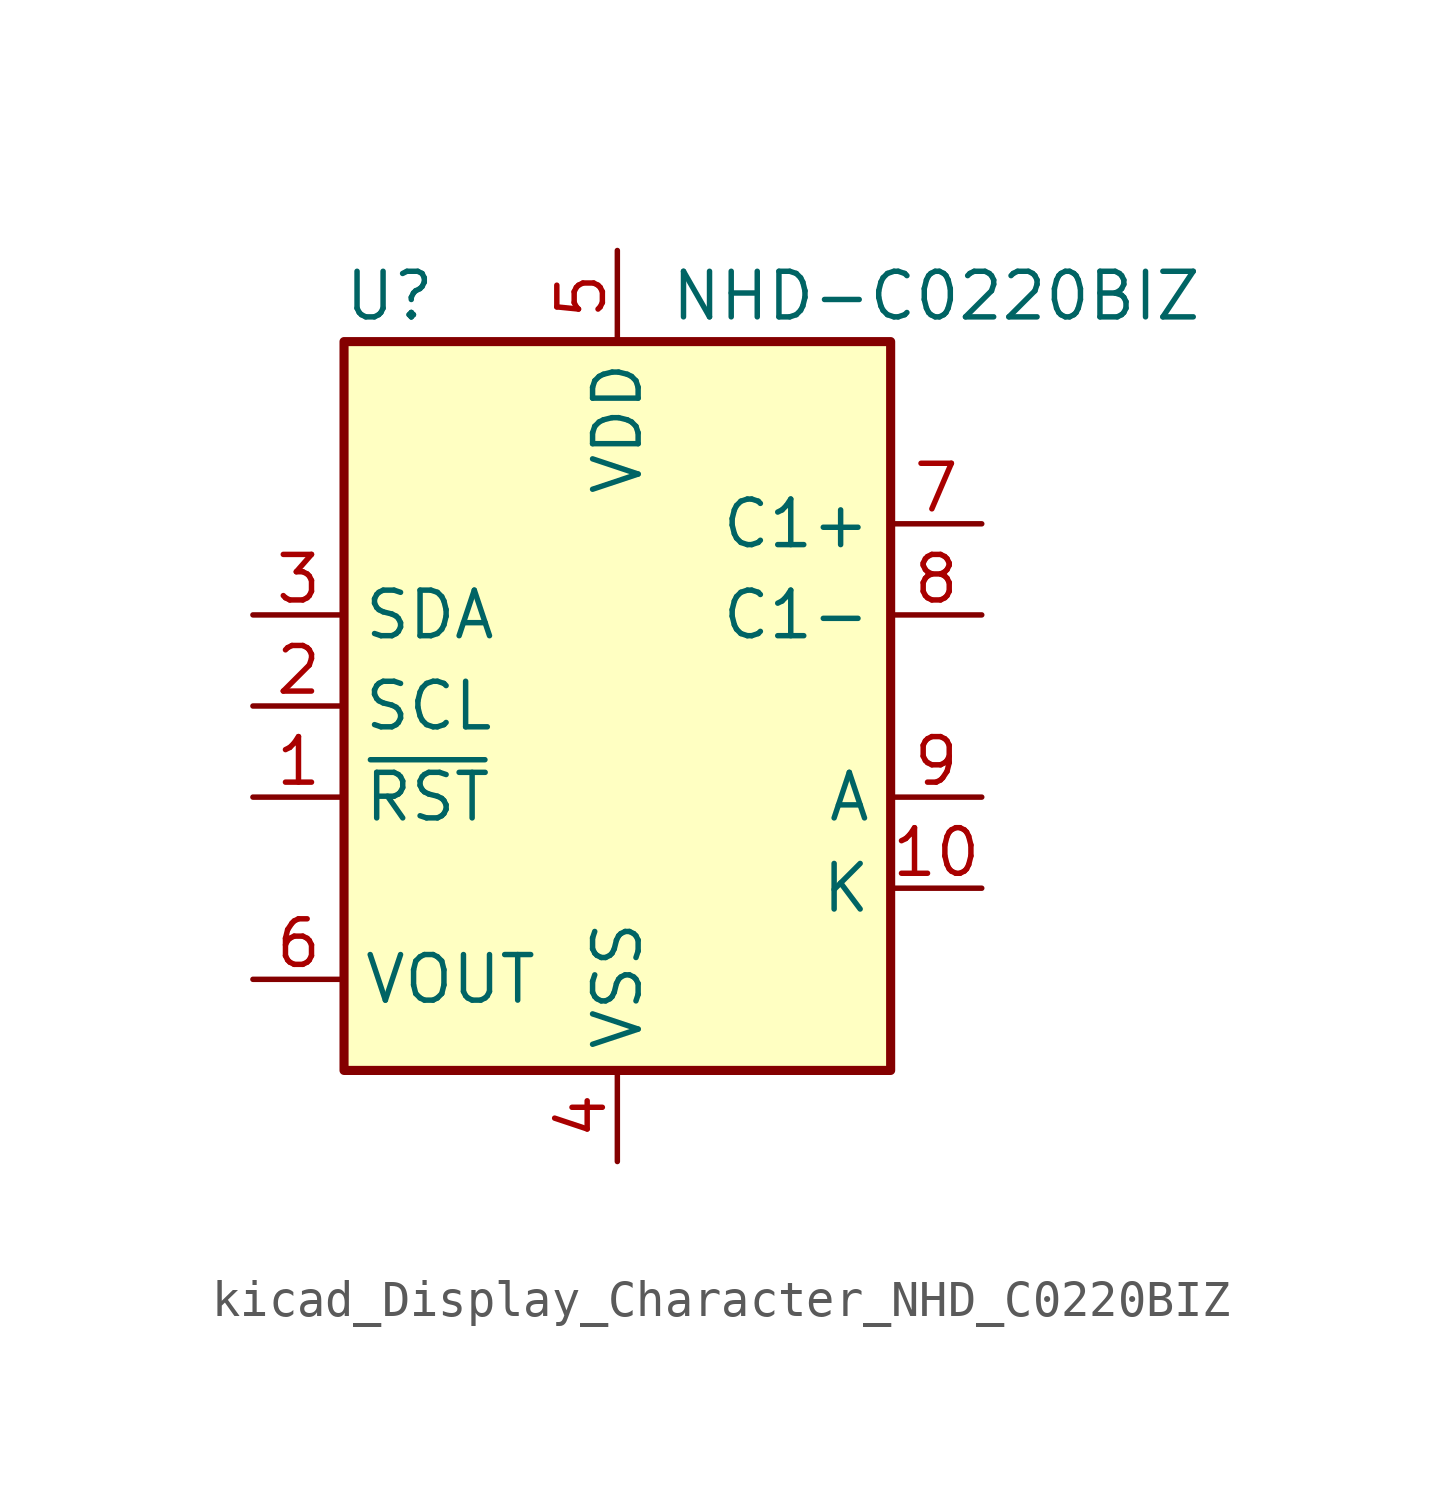
<source format=kicad_sym>
(kicad_symbol_lib
  (version 20220914)
  (generator kicad_symbol_editor)
  (symbol "kicad_Display_Character_NHD_C0220BIZ"
    (property "Reference" "U"
      (at -6.35 11.43 0)
      (effects (font (size 1.27 1.27))))
    (property "Value" "NHD-C0220BIZ"
      (at 8.89 11.43 0)
      (effects (font (size 1.27 1.27))))
    (symbol "kicad_Display_Character_NHD_C0220BIZ_0_1"
      (rectangle (start -7.62 10.16) (end 7.62 -10.16) (stroke (width 0.254) (type default)) (fill (type background))))
    (symbol "kicad_Display_Character_NHD_C0220BIZ_1_1"
      (pin input line (at -10.16 -2.54 0) (length 2.54) (name "~{RST}" (effects (font (size 1.27 1.27)))) (number "1" (effects (font (size 1.27 1.27)))))
      (pin passive line (at 10.16 -5.08 180) (length 2.54) (name "K" (effects (font (size 1.27 1.27)))) (number "10" (effects (font (size 1.27 1.27)))))
      (pin input line (at -10.16 0 0) (length 2.54) (name "SCL" (effects (font (size 1.27 1.27)))) (number "2" (effects (font (size 1.27 1.27)))))
      (pin bidirectional line (at -10.16 2.54 0) (length 2.54) (name "SDA" (effects (font (size 1.27 1.27)))) (number "3" (effects (font (size 1.27 1.27)))))
      (pin power_in line (at 0 -12.7 90) (length 2.54) (name "VSS" (effects (font (size 1.27 1.27)))) (number "4" (effects (font (size 1.27 1.27)))))
      (pin power_in line (at 0 12.7 270) (length 2.54) (name "VDD" (effects (font (size 1.27 1.27)))) (number "5" (effects (font (size 1.27 1.27)))))
      (pin passive line (at -10.16 -7.62 0) (length 2.54) (name "VOUT" (effects (font (size 1.27 1.27)))) (number "6" (effects (font (size 1.27 1.27)))))
      (pin passive line (at 10.16 5.08 180) (length 2.54) (name "C1+" (effects (font (size 1.27 1.27)))) (number "7" (effects (font (size 1.27 1.27)))))
      (pin passive line (at 10.16 2.54 180) (length 2.54) (name "C1-" (effects (font (size 1.27 1.27)))) (number "8" (effects (font (size 1.27 1.27)))))
      (pin passive line (at 10.16 -2.54 180) (length 2.54) (name "A" (effects (font (size 1.27 1.27)))) (number "9" (effects (font (size 1.27 1.27))))))))
</source>
